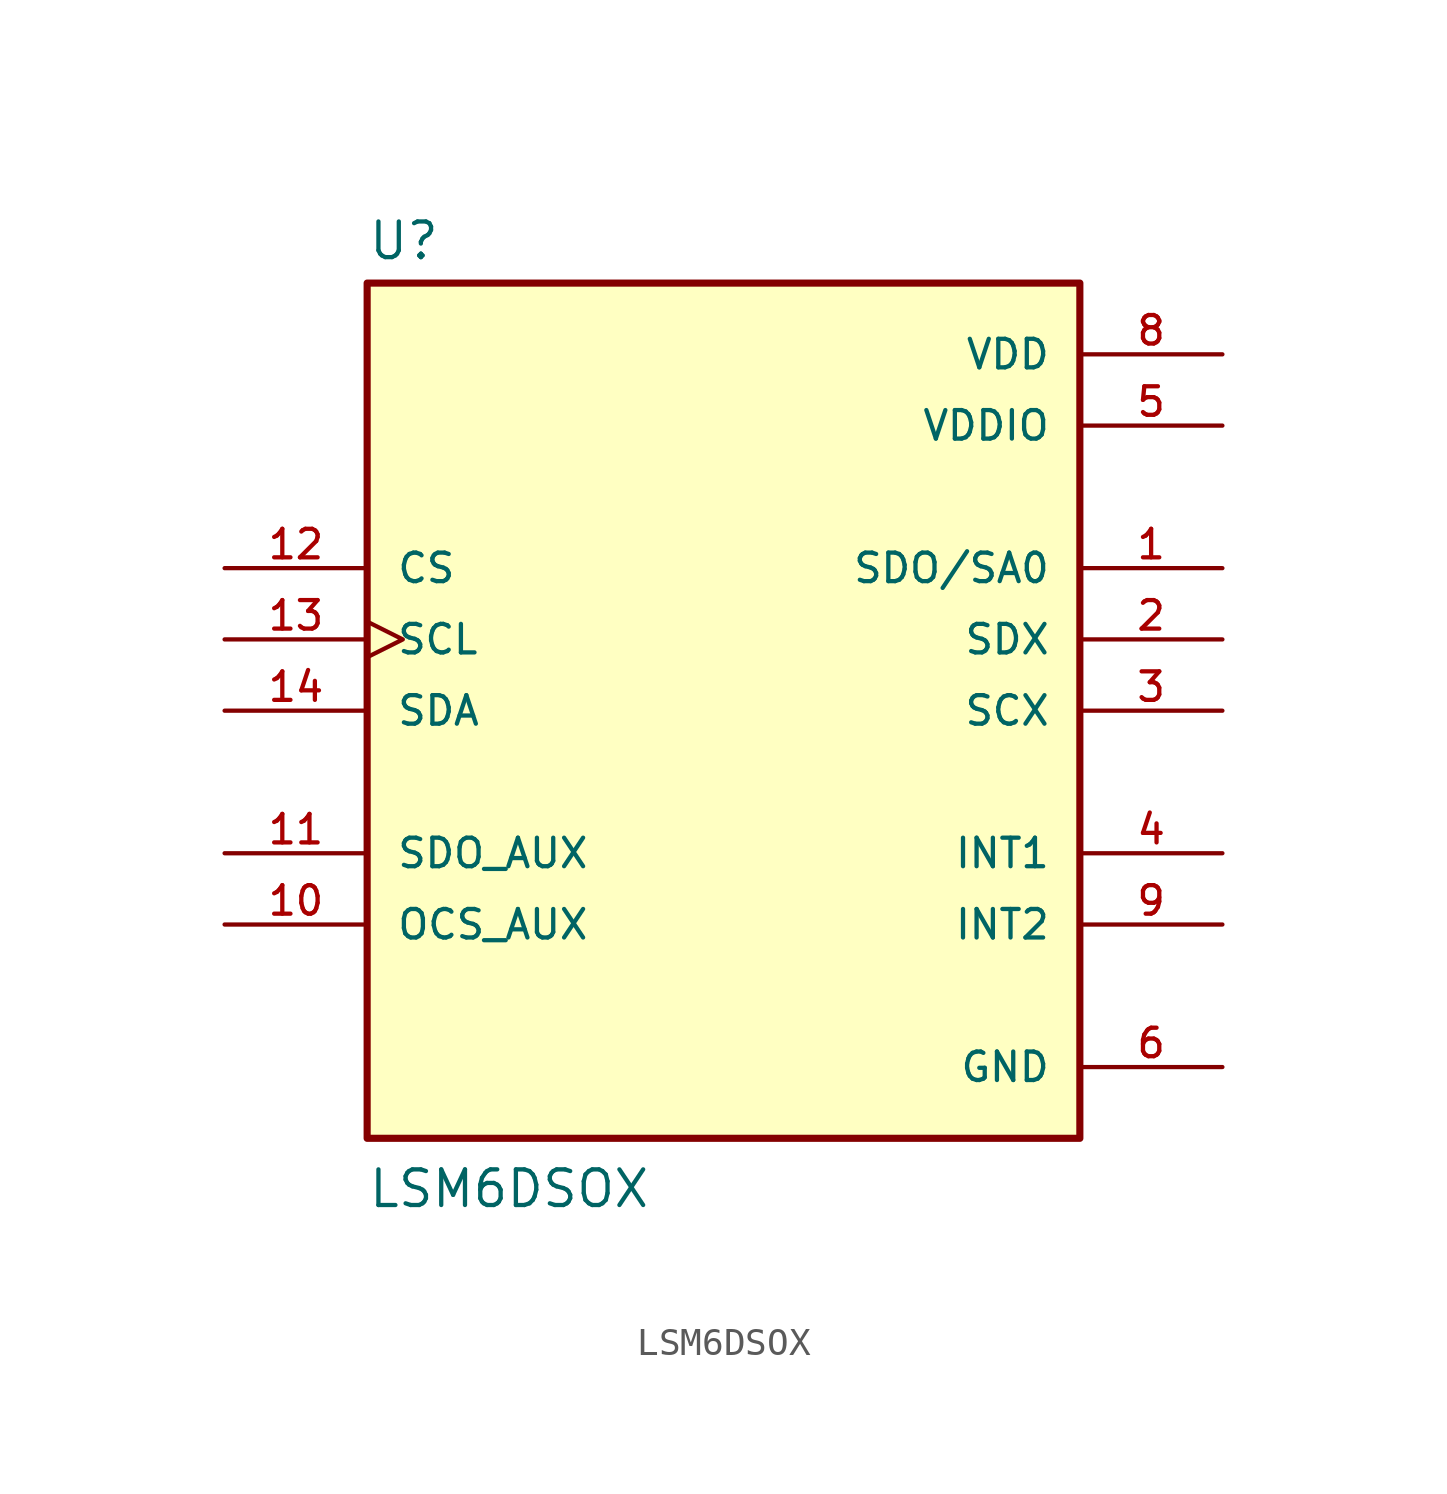
<source format=kicad_sym>
(kicad_symbol_lib
  (version 20211014)
  (generator kicad_symbol_editor)
  (symbol "LSM6DSOX"
    (pin_names
      (offset 1.016))
    (property "Reference" "U"
      (at -12.7 16.002 0)
      (effects (font (size 1.27 1.27)) (justify bottom left)))
    (property "Value" "LSM6DSOX"
      (at -12.7 -17.78 0)
      (effects (font (size 1.27 1.27)) (justify bottom left)))
    (symbol "LSM6DSOX_0_0"
      (rectangle (start -12.7 -15.24) (end 12.7 15.24) (stroke (width 0.254)) (fill (type background)))
      (pin bidirectional line (at -17.78 -5.08 0) (length 5.08) (name "SDO_AUX" (effects (font (size 1.016 1.016)))) (number "11" (effects (font (size 1.016 1.016)))))
      (pin bidirectional line (at -17.78 -7.62 0) (length 5.08) (name "OCS_AUX" (effects (font (size 1.016 1.016)))) (number "10" (effects (font (size 1.016 1.016)))))
      (pin output line (at 17.78 -7.62 180.0) (length 5.08) (name "INT2" (effects (font (size 1.016 1.016)))) (number "9" (effects (font (size 1.016 1.016)))))
      (pin output line (at 17.78 -5.08 180.0) (length 5.08) (name "INT1" (effects (font (size 1.016 1.016)))) (number "4" (effects (font (size 1.016 1.016)))))
      (pin power_in line (at 17.78 12.7 180.0) (length 5.08) (name "VDD" (effects (font (size 1.016 1.016)))) (number "8" (effects (font (size 1.016 1.016)))))
      (pin bidirectional line (at 17.78 2.54 180.0) (length 5.08) (name "SDX" (effects (font (size 1.016 1.016)))) (number "2" (effects (font (size 1.016 1.016)))))
      (pin power_in line (at 17.78 -12.7 180.0) (length 5.08) (name "GND" (effects (font (size 1.016 1.016)))) (number "6" (effects (font (size 1.016 1.016)))))
      (pin power_in line (at 17.78 -12.7 180.0) (length 5.08) hide (name "GND" (effects (font (size 1.016 1.016)))) (number "7" (effects (font (size 1.016 1.016)))))
      (pin bidirectional line (at 17.78 0.0 180.0) (length 5.08) (name "SCX" (effects (font (size 1.016 1.016)))) (number "3" (effects (font (size 1.016 1.016)))))
      (pin bidirectional line (at -17.78 0.0 0) (length 5.08) (name "SDA" (effects (font (size 1.016 1.016)))) (number "14" (effects (font (size 1.016 1.016)))))
      (pin input clock (at -17.78 2.54 0) (length 5.08) (name "SCL" (effects (font (size 1.016 1.016)))) (number "13" (effects (font (size 1.016 1.016)))))
      (pin input line (at -17.78 5.08 0) (length 5.08) (name "CS" (effects (font (size 1.016 1.016)))) (number "12" (effects (font (size 1.016 1.016)))))
      (pin power_in line (at 17.78 10.16 180.0) (length 5.08) (name "VDDIO" (effects (font (size 1.016 1.016)))) (number "5" (effects (font (size 1.016 1.016)))))
      (pin bidirectional line (at 17.78 5.08 180.0) (length 5.08) (name "SDO/SA0" (effects (font (size 1.016 1.016)))) (number "1" (effects (font (size 1.016 1.016))))))))
</source>
